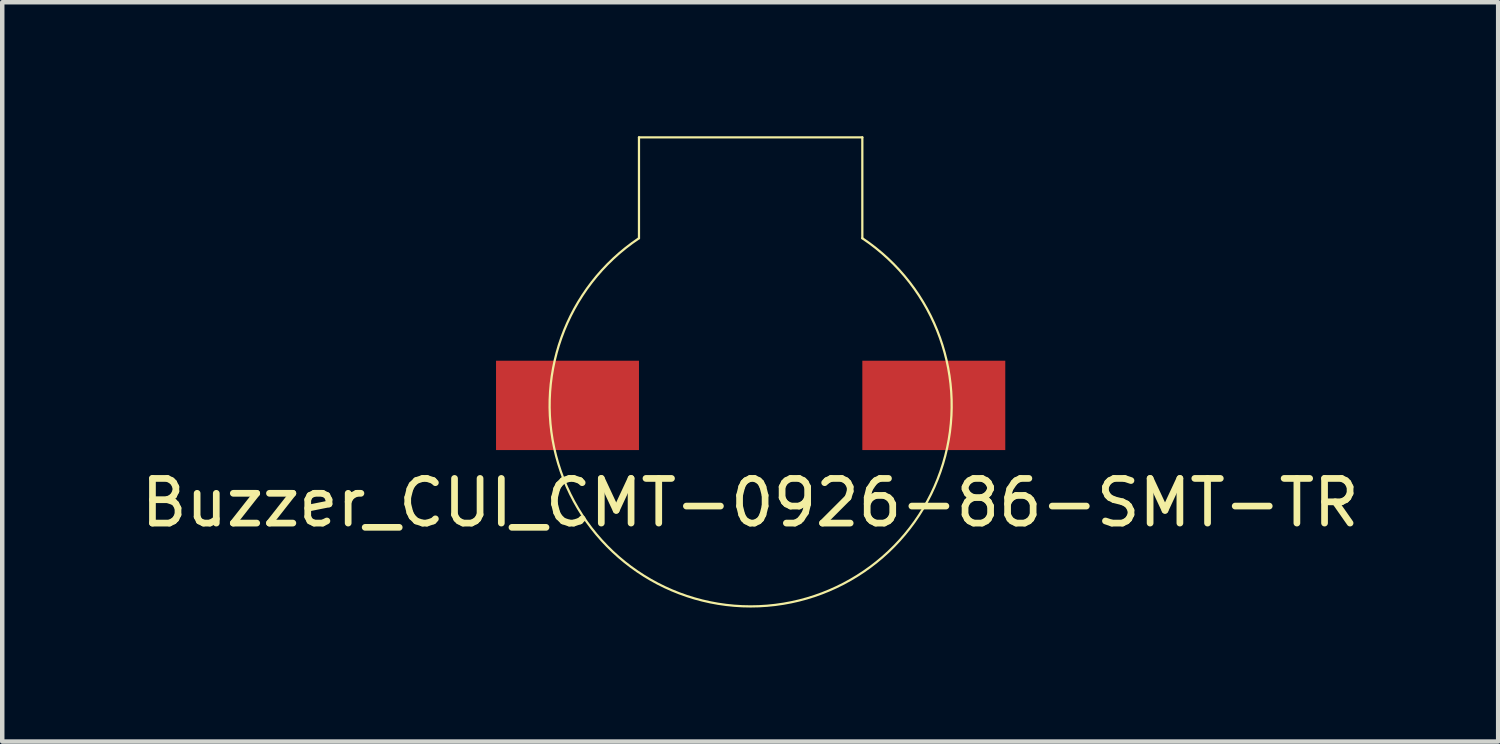
<source format=kicad_pcb>
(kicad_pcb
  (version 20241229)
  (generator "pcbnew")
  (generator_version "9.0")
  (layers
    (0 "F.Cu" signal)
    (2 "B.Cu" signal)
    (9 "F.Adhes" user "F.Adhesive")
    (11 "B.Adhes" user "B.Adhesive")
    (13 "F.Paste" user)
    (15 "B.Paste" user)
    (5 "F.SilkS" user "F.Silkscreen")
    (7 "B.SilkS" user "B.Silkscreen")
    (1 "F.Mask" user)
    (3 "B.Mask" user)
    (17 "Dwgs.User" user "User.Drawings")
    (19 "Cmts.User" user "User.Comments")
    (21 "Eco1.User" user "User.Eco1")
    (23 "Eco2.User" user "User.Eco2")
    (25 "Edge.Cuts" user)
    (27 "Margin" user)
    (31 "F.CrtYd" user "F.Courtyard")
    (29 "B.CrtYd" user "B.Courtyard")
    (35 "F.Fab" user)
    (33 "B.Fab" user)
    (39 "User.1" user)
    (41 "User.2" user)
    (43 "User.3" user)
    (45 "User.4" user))
  (footprint "Buzzer_CUI_CMT-0926-86-SMT-TR"
    (layer "F.Cu")
    (at 13.754 6.025)
    (property "Reference" "Buzzer_CUI_CMT-0926-86-SMT-TR" (at -0.01 2.18 0) (layer "F.SilkS") (effects (font (size 1 1) (thickness 0.15))))
    (attr through_hole)
    (fp_line (start -2.5 -6) (end 2.5 -6) (stroke (width 0.05) (type solid)) (layer "F.SilkS"))
    (fp_line (start -2.5 -3.742) (end -2.5 -6) (stroke (width 0.05) (type solid)) (layer "F.SilkS"))
    (fp_line (start 2.5 -6) (end 2.5 -3.742) (stroke (width 0.05) (type solid)) (layer "F.SilkS"))
    (fp_arc (start 2.5 -3.741657) (mid 0 4.5) (end -2.5 -3.741657) (stroke (width 0.05) (type solid)) (layer "F.SilkS"))
    (pad "1" smd rect (at -4.1 0) (size 3.2 2) (layers "F.Cu" "F.Mask" "F.Paste"))
    (pad "2" smd rect (at 4.1 0) (size 3.2 2) (layers "F.Cu" "F.Mask" "F.Paste")))
  (gr_rect
    (start -3 -3)
    (end 30.488 13.55)
    (stroke (width 0.1) (type default))
    (fill no)
    (layer "Edge.Cuts")))
</source>
